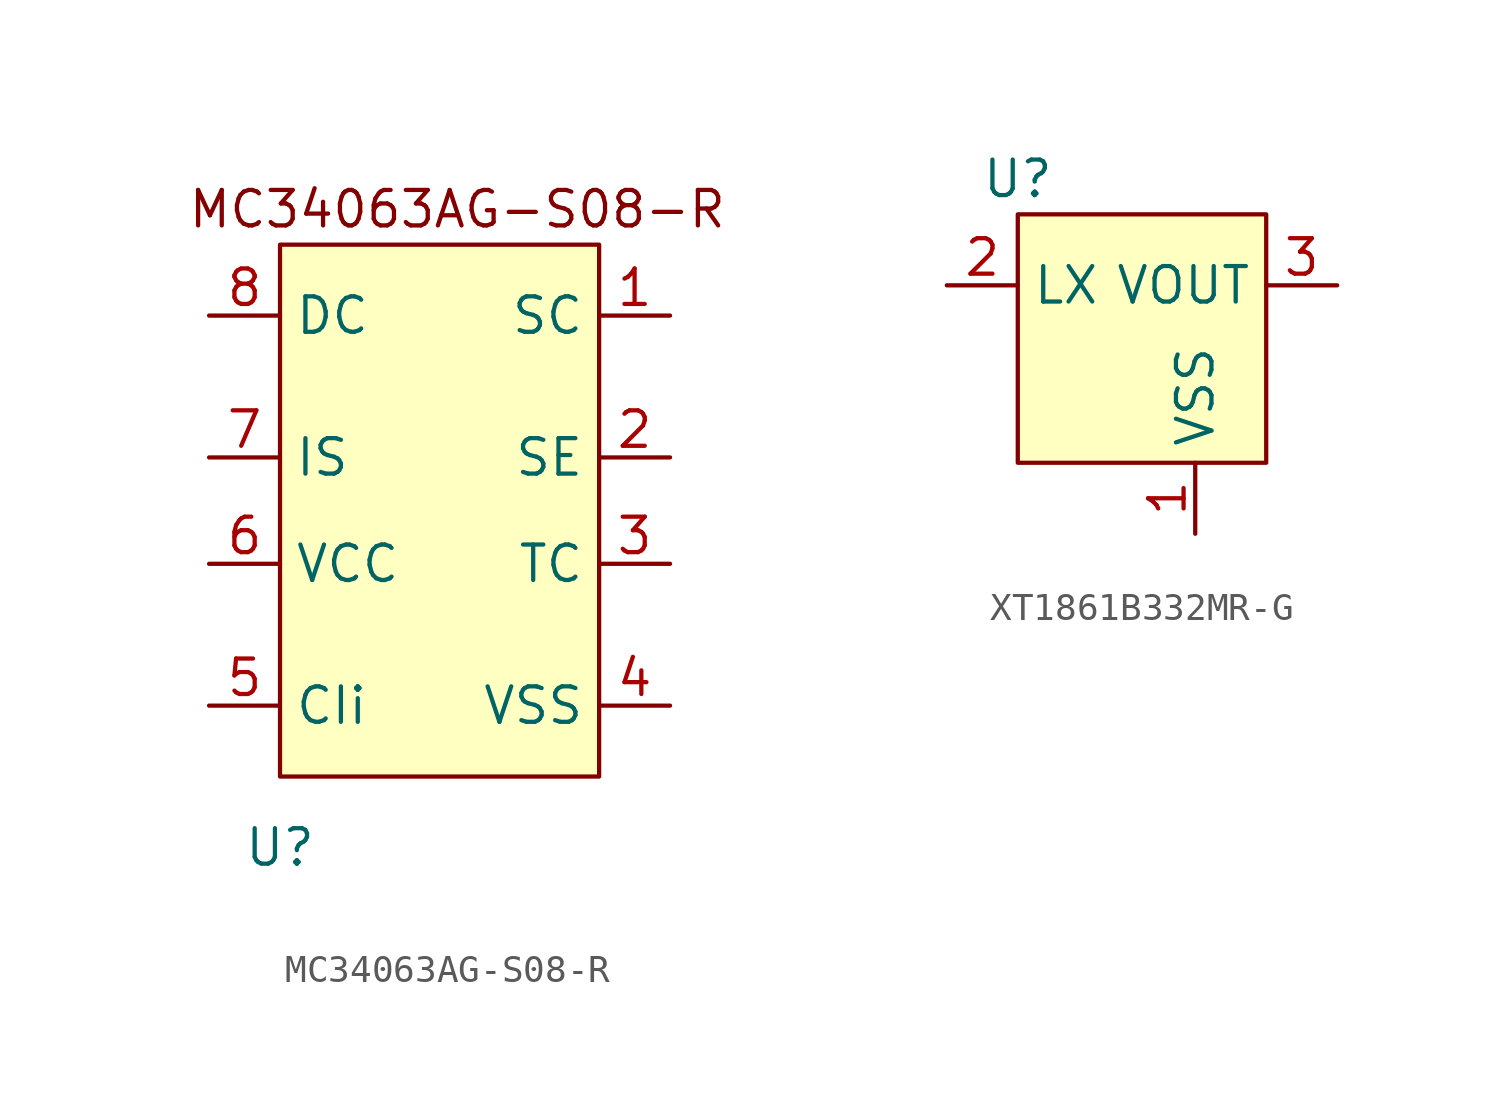
<source format=kicad_sym>
(kicad_symbol_lib
  (version 20220914)
  (generator kicad_symbol_editor)
  (symbol "MC34063AG-S08-R"
    (property "Reference" "U"
      (at -26.67 -20.32 0)
      (effects (font (size 1.27 1.27))))
    (property "Value" ""
      (at -30.48 -15.24 0)
      (effects (font (size 1.27 1.27))))
    (symbol "MC34063AG-S08-R_1_1"
      (rectangle (start -26.67 1.27) (end -15.24 -17.78) (stroke (width 0) (type default)) (fill (type background)))
      (text "MC34063AG-S08-R" (at -20.32 2.54 0) (effects (font (size 1.27 1.27))))
      (pin input line (at -12.7 -1.27 180) (length 2.54) (name "SC" (effects (font (size 1.27 1.27)))) (number "1" (effects (font (size 1.27 1.27)))))
      (pin input line (at -12.7 -6.35 180) (length 2.54) (name "SE" (effects (font (size 1.27 1.27)))) (number "2" (effects (font (size 1.27 1.27)))))
      (pin input line (at -12.7 -10.16 180) (length 2.54) (name "TC" (effects (font (size 1.27 1.27)))) (number "3" (effects (font (size 1.27 1.27)))))
      (pin input line (at -12.7 -15.24 180) (length 2.54) (name "VSS" (effects (font (size 1.27 1.27)))) (number "4" (effects (font (size 1.27 1.27)))))
      (pin input line (at -29.21 -15.24 0) (length 2.54) (name "CIi" (effects (font (size 1.27 1.27)))) (number "5" (effects (font (size 1.27 1.27)))))
      (pin input line (at -29.21 -10.16 0) (length 2.54) (name "VCC" (effects (font (size 1.27 1.27)))) (number "6" (effects (font (size 1.27 1.27)))))
      (pin input line (at -29.21 -6.35 0) (length 2.54) (name "IS" (effects (font (size 1.27 1.27)))) (number "7" (effects (font (size 1.27 1.27)))))
      (pin input line (at -29.21 -1.27 0) (length 2.54) (name "DC" (effects (font (size 1.27 1.27)))) (number "8" (effects (font (size 1.27 1.27)))))))
  (symbol "XT1861B332MR-G"
    (property "Reference" "U"
      (at -2.54 6.35 0)
      (effects (font (size 1.27 1.27))))
    (property "Value" ""
      (at 0 0 0)
      (effects (font (size 1.27 1.27))))
    (symbol "XT1861B332MR-G_1_1"
      (rectangle (start -2.54 5.08) (end 6.35 -3.81) (stroke (width 0) (type default)) (fill (type background)))
      (pin input line (at 3.81 -6.35 90) (length 2.54) (name "VSS" (effects (font (size 1.27 1.27)))) (number "1" (effects (font (size 1.27 1.27)))))
      (pin input line (at -5.08 2.54 0) (length 2.54) (name "LX" (effects (font (size 1.27 1.27)))) (number "2" (effects (font (size 1.27 1.27)))))
      (pin input line (at 8.89 2.54 180) (length 2.54) (name "VOUT" (effects (font (size 1.27 1.27)))) (number "3" (effects (font (size 1.27 1.27))))))))
</source>
